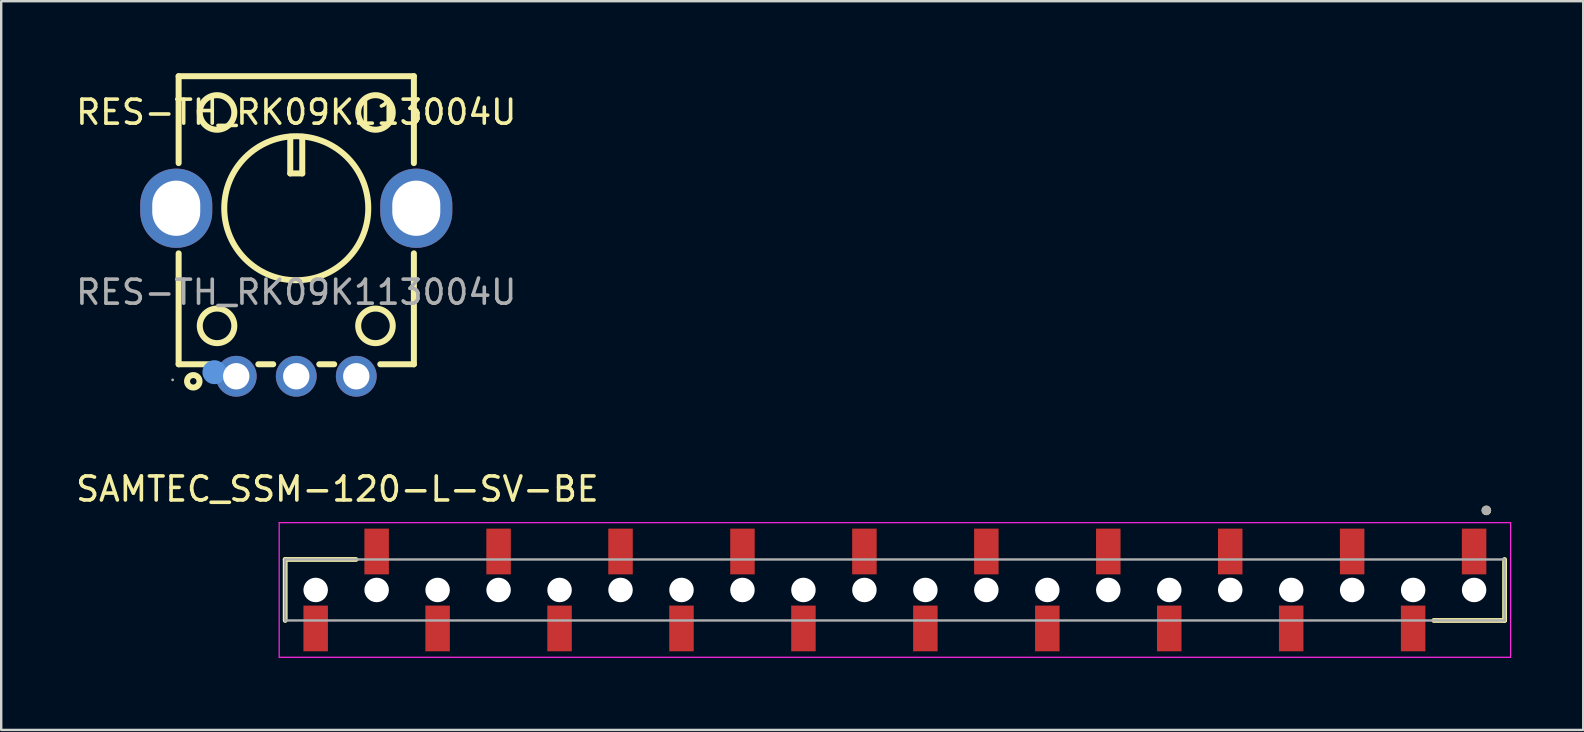
<source format=kicad_pcb>
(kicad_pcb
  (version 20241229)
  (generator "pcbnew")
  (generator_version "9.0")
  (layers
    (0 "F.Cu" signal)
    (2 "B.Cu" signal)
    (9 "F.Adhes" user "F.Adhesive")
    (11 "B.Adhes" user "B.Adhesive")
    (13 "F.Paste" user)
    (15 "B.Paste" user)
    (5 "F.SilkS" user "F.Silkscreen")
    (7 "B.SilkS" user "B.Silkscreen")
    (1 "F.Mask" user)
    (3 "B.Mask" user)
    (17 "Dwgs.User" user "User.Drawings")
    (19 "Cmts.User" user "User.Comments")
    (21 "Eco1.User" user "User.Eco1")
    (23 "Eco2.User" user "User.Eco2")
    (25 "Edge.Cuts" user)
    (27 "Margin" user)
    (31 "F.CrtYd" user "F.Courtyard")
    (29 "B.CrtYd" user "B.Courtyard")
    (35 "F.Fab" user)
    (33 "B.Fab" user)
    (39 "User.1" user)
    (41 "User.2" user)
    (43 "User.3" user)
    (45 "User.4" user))
  (footprint "RES-TH_RK09K113004U"
    (layer "F.Cu")
    (at 9.292 9.125)
    (property "Reference" "RES-TH_RK09K113004U" (at 0 -7.5 0) (layer "F.SilkS") (effects (font (size 1 1) (thickness 0.15))))
    (attr through_hole)
    (fp_line (start -4.9 -9) (end -4.9 -5.38) (stroke (width 0.25) (type solid)) (layer "F.SilkS"))
    (fp_line (start -4.9 -9) (end 4.9 -9) (stroke (width 0.25) (type solid)) (layer "F.SilkS"))
    (fp_line (start -4.9 -1.62) (end -4.9 3) (stroke (width 0.25) (type solid)) (layer "F.SilkS"))
    (fp_line (start -4.9 3) (end -3.5 3) (stroke (width 0.25) (type solid)) (layer "F.SilkS"))
    (fp_line (start -1.58 3) (end -0.96 3) (stroke (width 0.25) (type solid)) (layer "F.SilkS"))
    (fp_line (start -0.25 -6.48) (end -0.25 -4.95) (stroke (width 0.25) (type solid)) (layer "F.SilkS"))
    (fp_line (start -0.25 -4.95) (end 0.25 -4.95) (stroke (width 0.25) (type solid)) (layer "F.SilkS"))
    (fp_line (start 0.25 -4.95) (end 0.25 -6.48) (stroke (width 0.25) (type solid)) (layer "F.SilkS"))
    (fp_line (start 0.96 3) (end 1.58 3) (stroke (width 0.25) (type solid)) (layer "F.SilkS"))
    (fp_line (start 4.9 -9) (end 4.9 -5.38) (stroke (width 0.25) (type solid)) (layer "F.SilkS"))
    (fp_line (start 4.9 -1.62) (end 4.9 3) (stroke (width 0.25) (type solid)) (layer "F.SilkS"))
    (fp_line (start 4.9 3) (end 3.5 3) (stroke (width 0.25) (type solid)) (layer "F.SilkS"))
    (fp_circle (center -4.29 3.71) (end -4.03 3.71) (stroke (width 0.25) (type solid)) (fill no) (layer "F.SilkS"))
    (fp_circle (center -3.3 -7.49) (end -2.58 -7.49) (stroke (width 0.25) (type solid)) (fill no) (layer "F.SilkS"))
    (fp_circle (center -3.3 1.4) (end -2.58 1.4) (stroke (width 0.25) (type solid)) (fill no) (layer "F.SilkS"))
    (fp_circle (center 0 -3.5) (end 3 -3.5) (stroke (width 0.25) (type solid)) (fill no) (layer "F.SilkS"))
    (fp_circle (center 3.3 -7.49) (end 4.02 -7.49) (stroke (width 0.25) (type solid)) (fill no) (layer "F.SilkS"))
    (fp_circle (center 3.3 1.4) (end 4.02 1.4) (stroke (width 0.25) (type solid)) (fill no) (layer "F.SilkS"))
    (fp_circle (center -3.41 3.33) (end -3.16 3.33) (stroke (width 0.5) (type solid)) (fill no) (layer "Cmts.User"))
    (fp_circle (center -5.15 3.65) (end -5.12 3.65) (stroke (width 0.06) (type solid)) (fill no) (layer "F.Fab"))
    (fp_text user "${REFERENCE}" (at 0 0 0) (layer "F.Fab") (effects (font (size 1 1) (thickness 0.15))))
    (pad "1" thru_hole circle (at -2.5 3.5) (size 1.7 1.7) (drill 1.1) (layers "*.Cu" "*.Mask"))
    (pad "2" thru_hole circle (at 0 3.5) (size 1.7 1.7) (drill 1.1) (layers "*.Cu" "*.Mask"))
    (pad "3" thru_hole circle (at 2.5 3.5) (size 1.7 1.7) (drill 1.1) (layers "*.Cu" "*.Mask"))
    (pad "4" thru_hole oval (at 5 -3.5) (size 3 3.3) (drill oval 2 2.3) (layers "*.Cu" "*.Mask"))
    (pad "5" thru_hole oval (at -5 -3.5) (size 3 3.3) (drill oval 2 2.3) (layers "*.Cu" "*.Mask")))
  (footprint "SAMTEC_SSM-120-L-SV-BE"
    (layer "F.Cu")
    (at 34.231 21.528)
    (property "Reference" "SAMTEC_SSM-120-L-SV-BE" (at -23.225 -4.205 0) (layer "F.SilkS") (effects (font (size 1 1) (thickness 0.15))))
    (attr smd)
    (fp_line (start -25.4 -1.27) (end -22.45 -1.27) (stroke (width 0.2) (type solid)) (layer "F.SilkS"))
    (fp_line (start -25.4 1.27) (end -25.4 -1.27) (stroke (width 0.2) (type solid)) (layer "F.SilkS"))
    (fp_line (start 25.4 1.27) (end 22.45 1.27) (stroke (width 0.2) (type solid)) (layer "F.SilkS"))
    (fp_line (start 25.4 1.27) (end 25.4 -1.27) (stroke (width 0.2) (type solid)) (layer "F.SilkS"))
    (fp_circle (center 24.64 -3.315) (end 24.74 -3.315) (stroke (width 0.2) (type solid)) (fill no) (layer "F.SilkS"))
    (fp_line (start -25.65 -2.805) (end 25.65 -2.805) (stroke (width 0.05) (type solid)) (layer "F.CrtYd"))
    (fp_line (start -25.65 2.805) (end -25.65 -2.805) (stroke (width 0.05) (type solid)) (layer "F.CrtYd"))
    (fp_line (start 25.65 -2.805) (end 25.65 2.805) (stroke (width 0.05) (type solid)) (layer "F.CrtYd"))
    (fp_line (start 25.65 2.805) (end -25.65 2.805) (stroke (width 0.05) (type solid)) (layer "F.CrtYd"))
    (fp_line (start -25.4 -1.27) (end 25.4 -1.27) (stroke (width 0.1) (type solid)) (layer "F.Fab"))
    (fp_line (start -25.4 1.27) (end -25.4 -1.27) (stroke (width 0.1) (type solid)) (layer "F.Fab"))
    (fp_line (start 25.4 -1.27) (end 25.4 1.27) (stroke (width 0.1) (type solid)) (layer "F.Fab"))
    (fp_line (start 25.4 1.27) (end -25.4 1.27) (stroke (width 0.1) (type solid)) (layer "F.Fab"))
    (fp_circle (center 24.64 -3.315) (end 24.74 -3.315) (stroke (width 0.2) (type solid)) (fill no) (layer "F.Fab"))
    (pad "" np_thru_hole circle (at -24.13 0) (size 1.02 1.02) (drill 1.02) (layers "*.Cu" "*.Mask"))
    (pad "" np_thru_hole circle (at -21.59 0) (size 1.02 1.02) (drill 1.02) (layers "*.Cu" "*.Mask"))
    (pad "" np_thru_hole circle (at -19.05 0) (size 1.02 1.02) (drill 1.02) (layers "*.Cu" "*.Mask"))
    (pad "" np_thru_hole circle (at -16.51 0) (size 1.02 1.02) (drill 1.02) (layers "*.Cu" "*.Mask"))
    (pad "" np_thru_hole circle (at -13.97 0) (size 1.02 1.02) (drill 1.02) (layers "*.Cu" "*.Mask"))
    (pad "" np_thru_hole circle (at -11.43 0) (size 1.02 1.02) (drill 1.02) (layers "*.Cu" "*.Mask"))
    (pad "" np_thru_hole circle (at -8.89 0) (size 1.02 1.02) (drill 1.02) (layers "*.Cu" "*.Mask"))
    (pad "" np_thru_hole circle (at -6.35 0) (size 1.02 1.02) (drill 1.02) (layers "*.Cu" "*.Mask"))
    (pad "" np_thru_hole circle (at -3.81 0) (size 1.02 1.02) (drill 1.02) (layers "*.Cu" "*.Mask"))
    (pad "" np_thru_hole circle (at -1.27 0) (size 1.02 1.02) (drill 1.02) (layers "*.Cu" "*.Mask"))
    (pad "" np_thru_hole circle (at 1.27 0) (size 1.02 1.02) (drill 1.02) (layers "*.Cu" "*.Mask"))
    (pad "" np_thru_hole circle (at 3.81 0) (size 1.02 1.02) (drill 1.02) (layers "*.Cu" "*.Mask"))
    (pad "" np_thru_hole circle (at 6.35 0) (size 1.02 1.02) (drill 1.02) (layers "*.Cu" "*.Mask"))
    (pad "" np_thru_hole circle (at 8.89 0) (size 1.02 1.02) (drill 1.02) (layers "*.Cu" "*.Mask"))
    (pad "" np_thru_hole circle (at 11.43 0) (size 1.02 1.02) (drill 1.02) (layers "*.Cu" "*.Mask"))
    (pad "" np_thru_hole circle (at 13.97 0) (size 1.02 1.02) (drill 1.02) (layers "*.Cu" "*.Mask"))
    (pad "" np_thru_hole circle (at 16.51 0) (size 1.02 1.02) (drill 1.02) (layers "*.Cu" "*.Mask"))
    (pad "" np_thru_hole circle (at 19.05 0) (size 1.02 1.02) (drill 1.02) (layers "*.Cu" "*.Mask"))
    (pad "" np_thru_hole circle (at 21.59 0) (size 1.02 1.02) (drill 1.02) (layers "*.Cu" "*.Mask"))
    (pad "" np_thru_hole circle (at 24.13 0) (size 1.02 1.02) (drill 1.02) (layers "*.Cu" "*.Mask"))
    (pad "01" smd rect (at 24.13 -1.603) (size 1.02 1.905) (layers "F.Cu" "F.Mask" "F.Paste"))
    (pad "02" smd rect (at 21.59 1.603) (size 1.02 1.905) (layers "F.Cu" "F.Mask" "F.Paste"))
    (pad "03" smd rect (at 19.05 -1.603) (size 1.02 1.905) (layers "F.Cu" "F.Mask" "F.Paste"))
    (pad "04" smd rect (at 16.51 1.603) (size 1.02 1.905) (layers "F.Cu" "F.Mask" "F.Paste"))
    (pad "05" smd rect (at 13.97 -1.603) (size 1.02 1.905) (layers "F.Cu" "F.Mask" "F.Paste"))
    (pad "06" smd rect (at 11.43 1.603) (size 1.02 1.905) (layers "F.Cu" "F.Mask" "F.Paste"))
    (pad "07" smd rect (at 8.89 -1.603) (size 1.02 1.905) (layers "F.Cu" "F.Mask" "F.Paste"))
    (pad "08" smd rect (at 6.35 1.603) (size 1.02 1.905) (layers "F.Cu" "F.Mask" "F.Paste"))
    (pad "09" smd rect (at 3.81 -1.603) (size 1.02 1.905) (layers "F.Cu" "F.Mask" "F.Paste"))
    (pad "10" smd rect (at 1.27 1.603) (size 1.02 1.905) (layers "F.Cu" "F.Mask" "F.Paste"))
    (pad "11" smd rect (at -1.27 -1.603) (size 1.02 1.905) (layers "F.Cu" "F.Mask" "F.Paste"))
    (pad "12" smd rect (at -3.81 1.603) (size 1.02 1.905) (layers "F.Cu" "F.Mask" "F.Paste"))
    (pad "13" smd rect (at -6.35 -1.603) (size 1.02 1.905) (layers "F.Cu" "F.Mask" "F.Paste"))
    (pad "14" smd rect (at -8.89 1.603) (size 1.02 1.905) (layers "F.Cu" "F.Mask" "F.Paste"))
    (pad "15" smd rect (at -11.43 -1.603) (size 1.02 1.905) (layers "F.Cu" "F.Mask" "F.Paste"))
    (pad "16" smd rect (at -13.97 1.603) (size 1.02 1.905) (layers "F.Cu" "F.Mask" "F.Paste"))
    (pad "17" smd rect (at -16.51 -1.603) (size 1.02 1.905) (layers "F.Cu" "F.Mask" "F.Paste"))
    (pad "18" smd rect (at -19.05 1.603) (size 1.02 1.905) (layers "F.Cu" "F.Mask" "F.Paste"))
    (pad "19" smd rect (at -21.59 -1.603) (size 1.02 1.905) (layers "F.Cu" "F.Mask" "F.Paste"))
    (pad "20" smd rect (at -24.13 1.603) (size 1.02 1.905) (layers "F.Cu" "F.Mask" "F.Paste")))
  (gr_rect
    (start -3 -3)
    (end 62.906 27.358)
    (stroke (width 0.1) (type default))
    (fill no)
    (layer "Edge.Cuts")))
</source>
